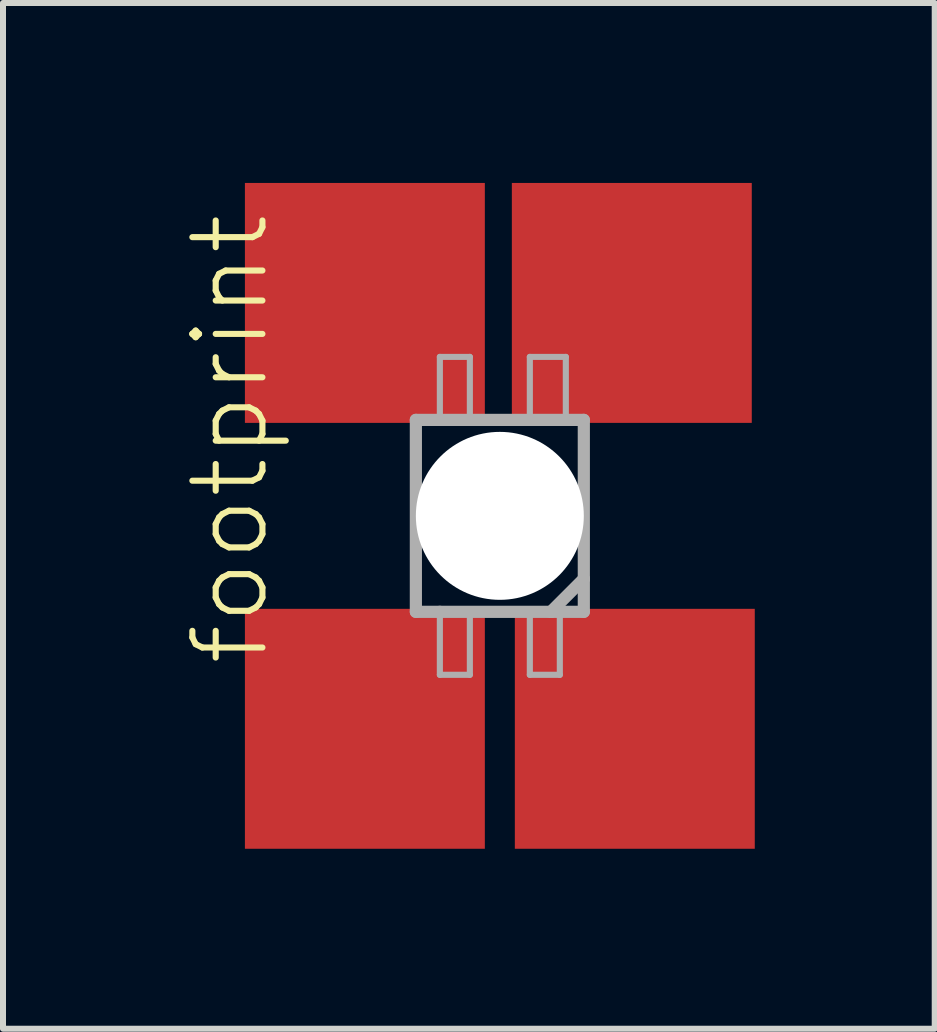
<source format=kicad_pcb>
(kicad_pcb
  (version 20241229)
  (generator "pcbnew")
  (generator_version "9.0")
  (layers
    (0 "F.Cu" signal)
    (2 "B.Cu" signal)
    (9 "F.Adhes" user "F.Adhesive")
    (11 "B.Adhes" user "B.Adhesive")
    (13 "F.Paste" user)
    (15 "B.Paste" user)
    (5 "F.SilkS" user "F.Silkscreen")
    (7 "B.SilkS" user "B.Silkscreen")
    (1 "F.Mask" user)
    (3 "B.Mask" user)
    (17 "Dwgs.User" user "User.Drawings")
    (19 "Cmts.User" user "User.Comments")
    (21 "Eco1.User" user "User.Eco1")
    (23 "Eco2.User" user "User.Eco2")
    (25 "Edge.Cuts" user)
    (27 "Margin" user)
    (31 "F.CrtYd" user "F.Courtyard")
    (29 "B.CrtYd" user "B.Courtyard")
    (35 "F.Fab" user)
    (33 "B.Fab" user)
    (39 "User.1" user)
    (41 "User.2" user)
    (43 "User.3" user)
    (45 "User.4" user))
  (footprint "footprint"
    (layer "F.Cu")
    (at 5.283 5.55)
    (property "Reference" "footprint" (at -3.81 2.54 90) (layer "F.SilkS") (effects (font (size 1.168 1.168) (thickness 0.102)) (justify left bottom)))
    (fp_poly (pts (xy -1.35 -1.45) (xy -0.15 -1.45) (xy -0.15 -3.05) (xy -1.35 -3.05)) (stroke (width 0) (type solid)) (fill yes) (layer "F.Mask"))
    (fp_poly (pts (xy -1.35 3.05) (xy -0.15 3.05) (xy -0.15 1.45) (xy -1.35 1.45)) (stroke (width 0) (type solid)) (fill yes) (layer "F.Mask"))
    (fp_poly (pts (xy 0.1 -1.45) (xy 1.3 -1.45) (xy 1.3 -3.05) (xy 0.1 -3.05)) (stroke (width 0) (type solid)) (fill yes) (layer "F.Mask"))
    (fp_poly (pts (xy 0.15 3.05) (xy 1.35 3.05) (xy 1.35 1.45) (xy 0.15 1.45)) (stroke (width 0) (type solid)) (fill yes) (layer "F.Mask"))
    (fp_poly (pts (xy -0.5 -0.1) (xy -0.1 -0.1) (xy -0.1 -0.5) (xy -0.5 -0.5)) (stroke (width 0) (type solid)) (fill yes) (layer "F.SilkS"))
    (fp_poly (pts (xy -0.5 0.5) (xy -0.1 0.5) (xy -0.1 0.1) (xy -0.5 0.1)) (stroke (width 0) (type solid)) (fill yes) (layer "F.SilkS"))
    (fp_poly (pts (xy 0.1 0.5) (xy 0.5 0.5) (xy 0.5 0.1) (xy 0.1 0.1)) (stroke (width 0) (type solid)) (fill yes) (layer "F.SilkS"))
    (fp_poly (pts (xy -1.25 -1.55) (xy -0.25 -1.55) (xy -0.25 -2.95) (xy -1.25 -2.95)) (stroke (width 0) (type solid)) (fill yes) (layer "F.Paste"))
    (fp_poly (pts (xy -1.25 2.95) (xy -0.25 2.95) (xy -0.25 1.55) (xy -1.25 1.55)) (stroke (width 0) (type solid)) (fill yes) (layer "F.Paste"))
    (fp_poly (pts (xy 0.2 -1.55) (xy 1.2 -1.55) (xy 1.2 -2.95) (xy 0.2 -2.95)) (stroke (width 0) (type solid)) (fill yes) (layer "F.Paste"))
    (fp_poly (pts (xy 0.25 2.95) (xy 1.25 2.95) (xy 1.25 1.55) (xy 0.25 1.55)) (stroke (width 0) (type solid)) (fill yes) (layer "F.Paste"))
    (fp_line (start -1.4 -1.6) (end -1.4 1.6) (stroke (width 0.203) (type solid)) (layer "F.Fab"))
    (fp_line (start -1.4 1.6) (end -1 1.6) (stroke (width 0.203) (type solid)) (layer "F.Fab"))
    (fp_line (start -1 -2.65) (end -0.5 -2.65) (stroke (width 0.102) (type solid)) (layer "F.Fab"))
    (fp_line (start -1 -1.6) (end -1.4 -1.6) (stroke (width 0.203) (type solid)) (layer "F.Fab"))
    (fp_line (start -1 -1.6) (end -1 -2.65) (stroke (width 0.102) (type solid)) (layer "F.Fab"))
    (fp_line (start -1 1.6) (end -1 2.65) (stroke (width 0.102) (type solid)) (layer "F.Fab"))
    (fp_line (start -1 1.6) (end 0.85 1.6) (stroke (width 0.203) (type solid)) (layer "F.Fab"))
    (fp_line (start -1 2.65) (end -0.5 2.65) (stroke (width 0.102) (type solid)) (layer "F.Fab"))
    (fp_line (start -0.5 -2.65) (end -0.5 -1.65) (stroke (width 0.102) (type solid)) (layer "F.Fab"))
    (fp_line (start -0.5 2.65) (end -0.5 1.65) (stroke (width 0.102) (type solid)) (layer "F.Fab"))
    (fp_line (start 0.5 -2.65) (end 1.1 -2.65) (stroke (width 0.102) (type solid)) (layer "F.Fab"))
    (fp_line (start 0.5 -1.65) (end 0.5 -2.65) (stroke (width 0.102) (type solid)) (layer "F.Fab"))
    (fp_line (start 0.5 1.65) (end 0.5 2.65) (stroke (width 0.102) (type solid)) (layer "F.Fab"))
    (fp_line (start 0.5 2.65) (end 1 2.65) (stroke (width 0.102) (type solid)) (layer "F.Fab"))
    (fp_line (start 0.85 1.6) (end 1 1.6) (stroke (width 0.203) (type solid)) (layer "F.Fab"))
    (fp_line (start 1 1.6) (end 1.4 1.6) (stroke (width 0.203) (type solid)) (layer "F.Fab"))
    (fp_line (start 1 2.65) (end 1 1.6) (stroke (width 0.102) (type solid)) (layer "F.Fab"))
    (fp_line (start 1.1 -2.65) (end 1.1 -1.6) (stroke (width 0.102) (type solid)) (layer "F.Fab"))
    (fp_line (start 1.1 -1.6) (end -1 -1.6) (stroke (width 0.203) (type solid)) (layer "F.Fab"))
    (fp_line (start 1.4 -1.6) (end 1.1 -1.6) (stroke (width 0.203) (type solid)) (layer "F.Fab"))
    (fp_line (start 1.4 1.05) (end 0.85 1.6) (stroke (width 0.203) (type solid)) (layer "F.Fab"))
    (fp_line (start 1.4 1.05) (end 1.4 -1.6) (stroke (width 0.203) (type solid)) (layer "F.Fab"))
    (fp_line (start 1.4 1.6) (end 1.4 1.05) (stroke (width 0.203) (type solid)) (layer "F.Fab"))
    (pad "" np_thru_hole circle (at 0 0) (size 2.8 2.8) (drill 2.8) (layers "*.Cu" "*.Mask"))
    (pad "1" smd rect (at 2.25 3.55) (size 4 4) (layers "F.Cu"))
    (pad "2" smd rect (at 2.2 -3.55) (size 4 4) (layers "F.Cu"))
    (pad "3" smd rect (at -2.25 -3.55) (size 4 4) (layers "F.Cu"))
    (pad "4" smd rect (at -2.25 3.55) (size 4 4) (layers "F.Cu")))
  (gr_rect
    (start -3 -3)
    (end 12.533 14.1)
    (stroke (width 0.1) (type default))
    (fill no)
    (layer "Edge.Cuts")))
</source>
